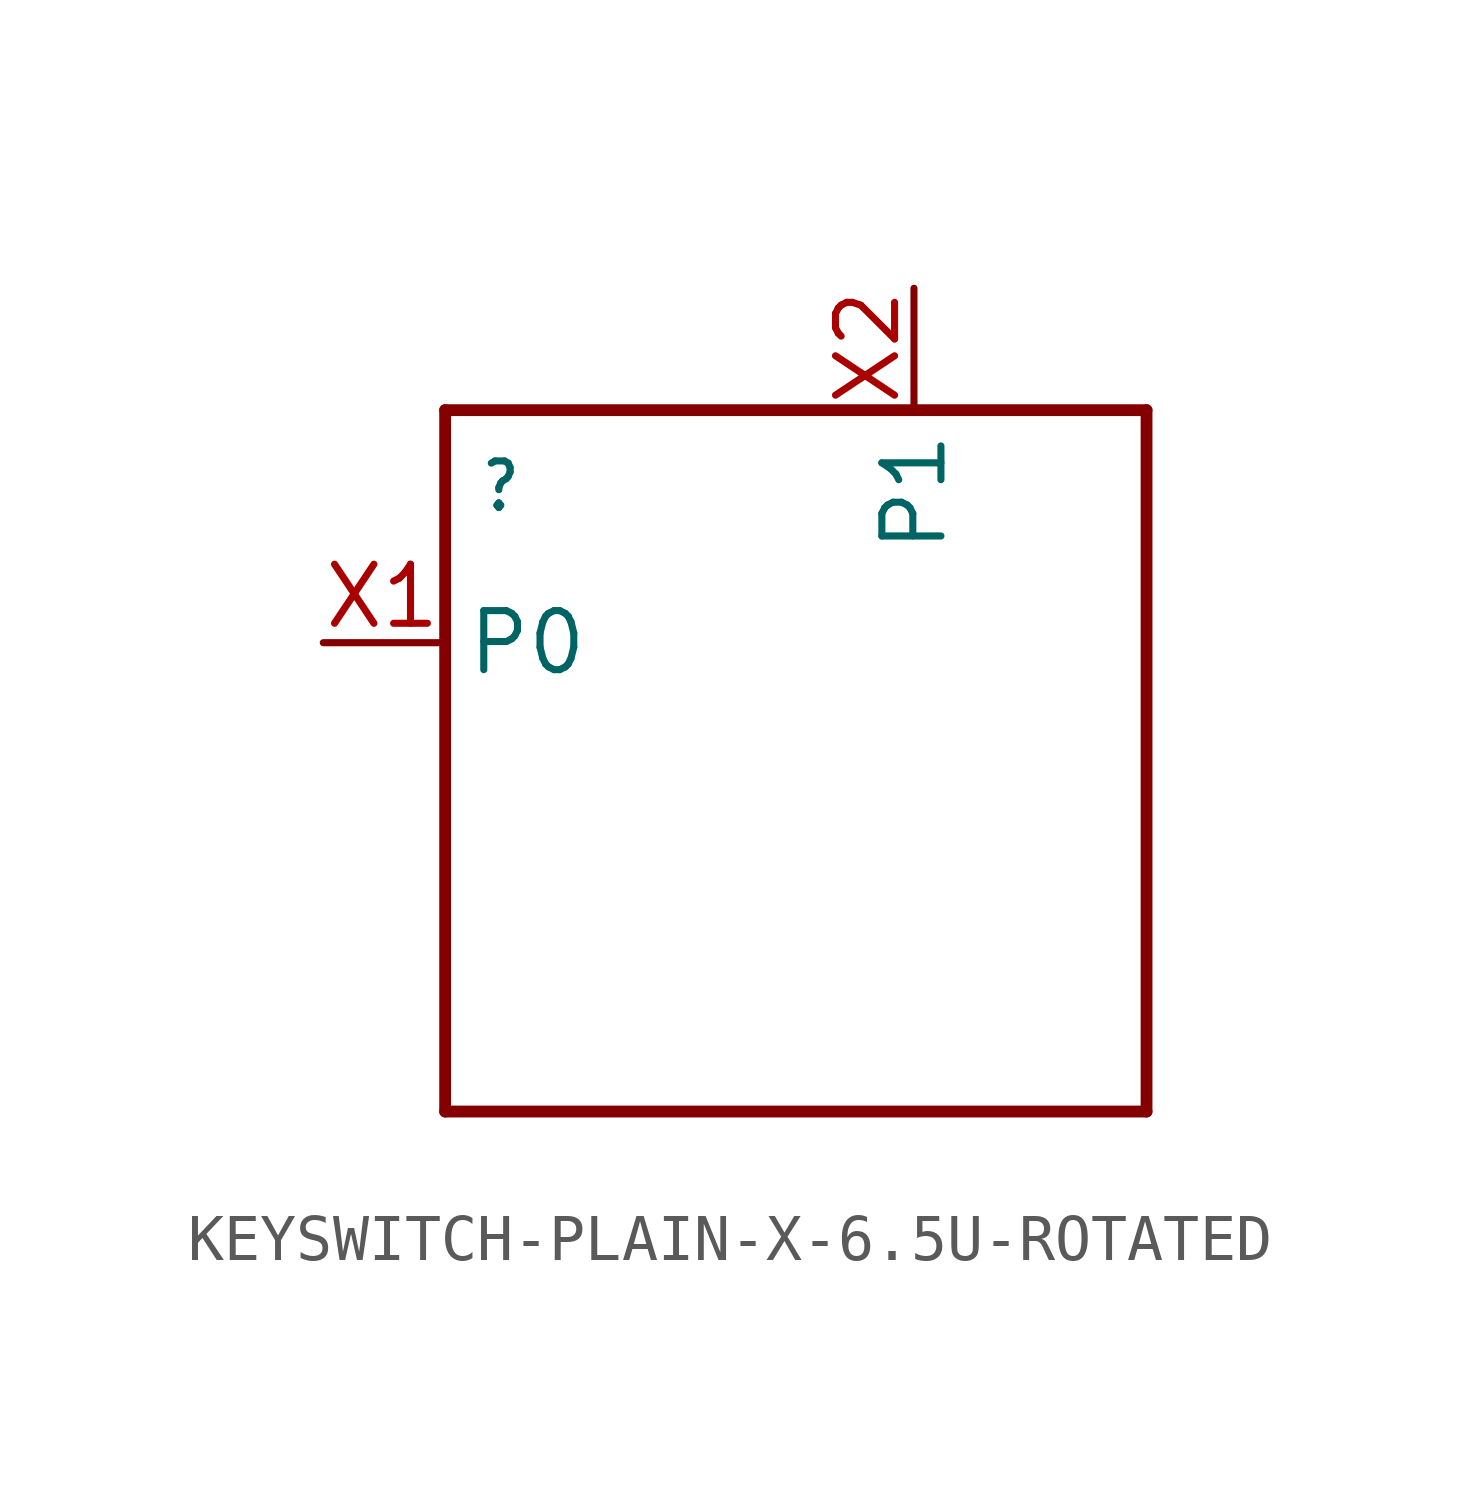
<source format=kicad_sym>
(kicad_symbol_lib
  (version 20211014)
  (generator kicad_symbol_editor)
  (symbol "KEYSWITCH-PLAIN-X-6.5U-ROTATED"
    (property "Reference" ""
      (at -6.81 5.318 0)
      (effects (font (size 1 0.85)) (justify left bottom)))
    (property "ki_locked" ""
      (at 0 0 0)
      (effects (font (size 1.27 1.27))))
    (symbol "KEYSWITCH-PLAIN-X-6.5U-ROTATED_1_0"
      (polyline (pts (xy -7.54 -7.54) (xy -7.54 7.54)) (stroke (width 0.254) (type default) (color 0 0 0 0)) (fill (type none)))
      (polyline (pts (xy -7.54 7.54) (xy 7.54 7.54)) (stroke (width 0.254) (type default) (color 0 0 0 0)) (fill (type none)))
      (polyline (pts (xy 7.54 -7.54) (xy -7.54 -7.54)) (stroke (width 0.254) (type default) (color 0 0 0 0)) (fill (type none)))
      (polyline (pts (xy 7.54 7.54) (xy 7.54 -7.54)) (stroke (width 0.254) (type default) (color 0 0 0 0)) (fill (type none)))
      (pin bidirectional line (at -10.16 2.54 0) (length 2.54) (name "P0" (effects (font (size 1.27 1.27)))) (number "X1" (effects (font (size 1.27 1.27)))))
      (pin bidirectional line (at 2.54 10.16 270) (length 2.54) (name "P1" (effects (font (size 1.27 1.27)))) (number "X2" (effects (font (size 1.27 1.27))))))))
</source>
